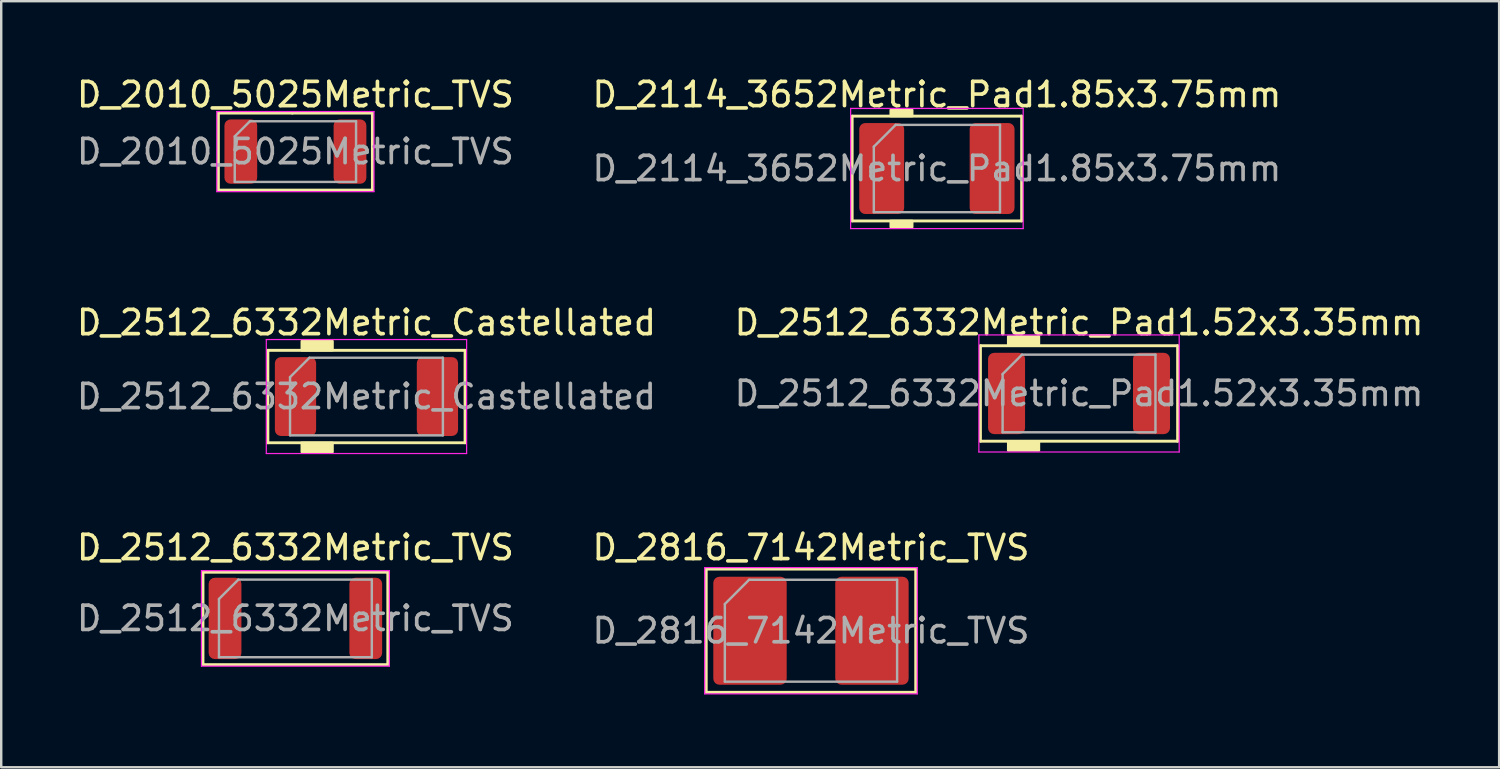
<source format=kicad_pcb>
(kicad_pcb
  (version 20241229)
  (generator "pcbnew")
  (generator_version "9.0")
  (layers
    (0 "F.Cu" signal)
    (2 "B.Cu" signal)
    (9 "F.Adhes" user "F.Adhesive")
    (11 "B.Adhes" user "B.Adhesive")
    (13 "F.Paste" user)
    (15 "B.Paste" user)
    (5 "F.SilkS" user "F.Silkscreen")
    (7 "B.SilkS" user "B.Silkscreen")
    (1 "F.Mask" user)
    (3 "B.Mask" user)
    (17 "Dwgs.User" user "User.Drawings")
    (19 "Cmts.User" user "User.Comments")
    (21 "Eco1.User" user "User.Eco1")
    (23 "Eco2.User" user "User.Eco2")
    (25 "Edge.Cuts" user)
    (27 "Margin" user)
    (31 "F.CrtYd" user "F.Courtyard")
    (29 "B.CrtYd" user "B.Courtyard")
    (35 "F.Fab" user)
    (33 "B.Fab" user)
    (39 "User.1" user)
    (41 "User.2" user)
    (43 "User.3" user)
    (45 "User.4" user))
  (footprint "D_2114_3652Metric_Pad1.85x3.75mm"
    (layer "F.Cu")
    (at 35.565 3.896)
    (property "Reference" "D_2114_3652Metric_Pad1.85x3.75mm" (at 0 -3.048 0) (layer "F.SilkS") (effects (font (size 1 1) (thickness 0.15))))
    (attr smd)
    (fp_line (start -3.493 -2.159) (end -3.493 2.159) (stroke (width 0.12) (type solid)) (layer "F.SilkS"))
    (fp_line (start -3.493 2.159) (end 3.493 2.159) (stroke (width 0.12) (type solid)) (layer "F.SilkS"))
    (fp_line (start 3.493 -2.159) (end -3.493 -2.159) (stroke (width 0.12) (type solid)) (layer "F.SilkS"))
    (fp_line (start 3.493 2.159) (end 3.493 -2.159) (stroke (width 0.12) (type solid)) (layer "F.SilkS"))
    (fp_poly (pts (xy -1.016 -2.159) (xy -1.905 -2.159) (xy -1.905 -2.413) (xy -1.016 -2.413)) (stroke (width 0.1) (type solid)) (fill yes) (layer "F.SilkS"))
    (fp_poly (pts (xy -1.016 2.413) (xy -1.905 2.413) (xy -1.905 2.159) (xy -1.016 2.159)) (stroke (width 0.1) (type solid)) (fill yes) (layer "F.SilkS"))
    (fp_line (start -3.556 -2.477) (end 3.556 -2.477) (stroke (width 0.05) (type solid)) (layer "F.CrtYd"))
    (fp_line (start -3.556 2.477) (end -3.556 -2.477) (stroke (width 0.05) (type solid)) (layer "F.CrtYd"))
    (fp_line (start 3.556 -2.477) (end 3.556 2.477) (stroke (width 0.05) (type solid)) (layer "F.CrtYd"))
    (fp_line (start 3.556 2.477) (end -3.556 2.477) (stroke (width 0.05) (type solid)) (layer "F.CrtYd"))
    (fp_line (start -2.6 -0.9) (end -2.6 1.8) (stroke (width 0.1) (type solid)) (layer "F.Fab"))
    (fp_line (start -2.6 1.8) (end 2.6 1.8) (stroke (width 0.1) (type solid)) (layer "F.Fab"))
    (fp_line (start -1.7 -1.8) (end -2.6 -0.9) (stroke (width 0.1) (type solid)) (layer "F.Fab"))
    (fp_line (start 2.6 -1.8) (end -1.7 -1.8) (stroke (width 0.1) (type solid)) (layer "F.Fab"))
    (fp_line (start 2.6 1.8) (end 2.6 -1.8) (stroke (width 0.1) (type solid)) (layer "F.Fab"))
    (fp_text user "${REFERENCE}" (at 0 0 0) (layer "F.Fab") (effects (font (size 1 1) (thickness 0.15))))
    (pad "1" smd roundrect (at -2.275 0) (size 1.85 3.75) (layers "F.Cu" "F.Mask" "F.Paste") (roundrect_rratio 0.135))
    (pad "2" smd roundrect (at 2.275 0) (size 1.85 3.75) (layers "F.Cu" "F.Mask" "F.Paste") (roundrect_rratio 0.135)))
  (footprint "D_2512_6332Metric_Castellated"
    (layer "F.Cu")
    (at 12.054 13.294)
    (property "Reference" "D_2512_6332Metric_Castellated" (at 0 -3.048 0) (layer "F.SilkS") (effects (font (size 1 1) (thickness 0.15))))
    (attr smd)
    (fp_line (start -4.064 -1.905) (end 4.064 -1.905) (stroke (width 0.12) (type solid)) (layer "F.SilkS"))
    (fp_line (start -4.064 1.905) (end -4.064 -1.905) (stroke (width 0.12) (type solid)) (layer "F.SilkS"))
    (fp_line (start 4.064 -1.905) (end 4.064 1.905) (stroke (width 0.12) (type solid)) (layer "F.SilkS"))
    (fp_line (start 4.064 1.905) (end -4.064 1.905) (stroke (width 0.12) (type solid)) (layer "F.SilkS"))
    (fp_poly (pts (xy -1.397 -1.905) (xy -2.667 -1.905) (xy -2.667 -2.286) (xy -1.397 -2.286)) (stroke (width 0.1) (type solid)) (fill yes) (layer "F.SilkS"))
    (fp_poly (pts (xy -1.397 2.286) (xy -2.667 2.286) (xy -2.667 1.905) (xy -1.397 1.905)) (stroke (width 0.1) (type solid)) (fill yes) (layer "F.SilkS"))
    (fp_line (start -4.128 -2.349) (end 4.128 -2.349) (stroke (width 0.05) (type solid)) (layer "F.CrtYd"))
    (fp_line (start -4.128 2.349) (end -4.128 -2.349) (stroke (width 0.05) (type solid)) (layer "F.CrtYd"))
    (fp_line (start 4.128 -2.349) (end 4.128 2.349) (stroke (width 0.05) (type solid)) (layer "F.CrtYd"))
    (fp_line (start 4.128 2.349) (end -4.128 2.349) (stroke (width 0.05) (type solid)) (layer "F.CrtYd"))
    (fp_line (start -3.15 -0.8) (end -3.15 1.6) (stroke (width 0.1) (type solid)) (layer "F.Fab"))
    (fp_line (start -3.15 1.6) (end 3.15 1.6) (stroke (width 0.1) (type solid)) (layer "F.Fab"))
    (fp_line (start -2.35 -1.6) (end -3.15 -0.8) (stroke (width 0.1) (type solid)) (layer "F.Fab"))
    (fp_line (start 3.15 -1.6) (end -2.35 -1.6) (stroke (width 0.1) (type solid)) (layer "F.Fab"))
    (fp_line (start 3.15 1.6) (end 3.15 -1.6) (stroke (width 0.1) (type solid)) (layer "F.Fab"))
    (fp_text user "${REFERENCE}" (at 0 0 0) (layer "F.Fab") (effects (font (size 1 1) (thickness 0.15))))
    (pad "1" smd roundrect (at -2.925 0) (size 1.7 3.25) (layers "F.Cu" "F.Mask" "F.Paste") (roundrect_rratio 0.147))
    (pad "2" smd roundrect (at 2.925 0) (size 1.7 3.25) (layers "F.Cu" "F.Mask" "F.Paste") (roundrect_rratio 0.147)))
  (footprint "D_2512_6332Metric_Pad1.52x3.35mm"
    (layer "F.Cu")
    (at 41.423 13.167)
    (property "Reference" "D_2512_6332Metric_Pad1.52x3.35mm" (at 0 -2.921 0) (layer "F.SilkS") (effects (font (size 1 1) (thickness 0.15))))
    (attr smd)
    (fp_line (start -4.064 -1.968) (end -4.064 1.968) (stroke (width 0.12) (type solid)) (layer "F.SilkS"))
    (fp_line (start -4.064 1.968) (end 4.064 1.968) (stroke (width 0.12) (type solid)) (layer "F.SilkS"))
    (fp_line (start 4.064 -1.968) (end -4.064 -1.968) (stroke (width 0.12) (type solid)) (layer "F.SilkS"))
    (fp_line (start 4.064 1.968) (end 4.064 -1.968) (stroke (width 0.12) (type solid)) (layer "F.SilkS"))
    (fp_poly (pts (xy -1.651 -1.968) (xy -2.921 -1.968) (xy -2.921 -2.349) (xy -1.651 -2.349)) (stroke (width 0.1) (type solid)) (fill yes) (layer "F.SilkS"))
    (fp_poly (pts (xy -1.651 2.349) (xy -2.921 2.349) (xy -2.921 1.968) (xy -1.651 1.968)) (stroke (width 0.1) (type solid)) (fill yes) (layer "F.SilkS"))
    (fp_line (start -4.128 -2.413) (end 4.128 -2.413) (stroke (width 0.05) (type solid)) (layer "F.CrtYd"))
    (fp_line (start -4.128 2.413) (end -4.128 -2.413) (stroke (width 0.05) (type solid)) (layer "F.CrtYd"))
    (fp_line (start 4.128 -2.413) (end 4.128 2.413) (stroke (width 0.05) (type solid)) (layer "F.CrtYd"))
    (fp_line (start 4.128 2.413) (end -4.128 2.413) (stroke (width 0.05) (type solid)) (layer "F.CrtYd"))
    (fp_line (start -3.15 -0.8) (end -3.15 1.6) (stroke (width 0.1) (type solid)) (layer "F.Fab"))
    (fp_line (start -3.15 1.6) (end 3.15 1.6) (stroke (width 0.1) (type solid)) (layer "F.Fab"))
    (fp_line (start -2.35 -1.6) (end -3.15 -0.8) (stroke (width 0.1) (type solid)) (layer "F.Fab"))
    (fp_line (start 3.15 -1.6) (end -2.35 -1.6) (stroke (width 0.1) (type solid)) (layer "F.Fab"))
    (fp_line (start 3.15 1.6) (end 3.15 -1.6) (stroke (width 0.1) (type solid)) (layer "F.Fab"))
    (fp_text user "${REFERENCE}" (at 0 0 0) (layer "F.Fab") (effects (font (size 1 1) (thickness 0.15))))
    (pad "1" smd roundrect (at -2.987 0) (size 1.525 3.35) (layers "F.Cu" "F.Mask" "F.Paste") (roundrect_rratio 0.164))
    (pad "2" smd roundrect (at 2.987 0) (size 1.525 3.35) (layers "F.Cu" "F.Mask" "F.Paste") (roundrect_rratio 0.164)))
  (footprint "D_2816_7142Metric_TVS"
    (layer "F.Cu")
    (at 30.375 22.946)
    (property "Reference" "D_2816_7142Metric_TVS" (at 0 -3.429 0) (layer "F.SilkS") (effects (font (size 1 1) (thickness 0.15))))
    (attr smd)
    (fp_line (start -4.318 -2.54) (end -4.318 2.54) (stroke (width 0.12) (type solid)) (layer "F.SilkS"))
    (fp_line (start -4.318 2.54) (end 4.318 2.54) (stroke (width 0.12) (type solid)) (layer "F.SilkS"))
    (fp_line (start 4.318 -2.54) (end -4.318 -2.54) (stroke (width 0.12) (type solid)) (layer "F.SilkS"))
    (fp_line (start 4.318 2.54) (end 4.318 -2.54) (stroke (width 0.12) (type solid)) (layer "F.SilkS"))
    (fp_line (start -4.381 -2.603) (end 4.381 -2.603) (stroke (width 0.05) (type solid)) (layer "F.CrtYd"))
    (fp_line (start -4.381 2.603) (end -4.381 -2.603) (stroke (width 0.05) (type solid)) (layer "F.CrtYd"))
    (fp_line (start 4.381 -2.603) (end 4.381 2.603) (stroke (width 0.05) (type solid)) (layer "F.CrtYd"))
    (fp_line (start 4.381 2.603) (end -4.381 2.603) (stroke (width 0.05) (type solid)) (layer "F.CrtYd"))
    (fp_line (start -3.55 -1.1) (end -3.55 2.1) (stroke (width 0.1) (type solid)) (layer "F.Fab"))
    (fp_line (start -3.55 2.1) (end 3.55 2.1) (stroke (width 0.1) (type solid)) (layer "F.Fab"))
    (fp_line (start -2.55 -2.1) (end -3.55 -1.1) (stroke (width 0.1) (type solid)) (layer "F.Fab"))
    (fp_line (start 3.55 -2.1) (end -2.55 -2.1) (stroke (width 0.1) (type solid)) (layer "F.Fab"))
    (fp_line (start 3.55 2.1) (end 3.55 -2.1) (stroke (width 0.1) (type solid)) (layer "F.Fab"))
    (fp_text user "${REFERENCE}" (at 0 0 0) (layer "F.Fab") (effects (font (size 1 1) (thickness 0.15))))
    (pad "1" smd roundrect (at -2.513 0) (size 3.025 4.45) (layers "F.Cu" "F.Mask" "F.Paste") (roundrect_rratio 0.083))
    (pad "2" smd roundrect (at 2.513 0) (size 3.025 4.45) (layers "F.Cu" "F.Mask" "F.Paste") (roundrect_rratio 0.083)))
  (footprint "D_2010_5025Metric_TVS"
    (layer "F.Cu")
    (at 9.125 3.198)
    (property "Reference" "D_2010_5025Metric_TVS" (at 0 -2.349 0) (layer "F.SilkS") (effects (font (size 1 1) (thickness 0.15))))
    (attr smd)
    (fp_line (start -3.175 -1.587) (end -3.175 1.587) (stroke (width 0.12) (type solid)) (layer "F.SilkS"))
    (fp_line (start -3.175 1.587) (end 3.175 1.587) (stroke (width 0.12) (type solid)) (layer "F.SilkS"))
    (fp_line (start -0.127 -1.587) (end -3.175 -1.587) (stroke (width 0.12) (type solid)) (layer "F.SilkS"))
    (fp_line (start 3.175 -1.587) (end -0.127 -1.587) (stroke (width 0.12) (type solid)) (layer "F.SilkS"))
    (fp_line (start 3.175 1.587) (end 3.175 -1.587) (stroke (width 0.12) (type solid)) (layer "F.SilkS"))
    (fp_line (start -3.239 -1.651) (end 3.239 -1.651) (stroke (width 0.05) (type solid)) (layer "F.CrtYd"))
    (fp_line (start -3.239 1.651) (end -3.239 -1.651) (stroke (width 0.05) (type solid)) (layer "F.CrtYd"))
    (fp_line (start 3.239 -1.651) (end 3.239 1.651) (stroke (width 0.05) (type solid)) (layer "F.CrtYd"))
    (fp_line (start 3.239 1.651) (end -3.239 1.651) (stroke (width 0.05) (type solid)) (layer "F.CrtYd"))
    (fp_line (start -2.5 -0.625) (end -2.5 1.25) (stroke (width 0.1) (type solid)) (layer "F.Fab"))
    (fp_line (start -2.5 1.25) (end 2.5 1.25) (stroke (width 0.1) (type solid)) (layer "F.Fab"))
    (fp_line (start -1.875 -1.25) (end -2.5 -0.625) (stroke (width 0.1) (type solid)) (layer "F.Fab"))
    (fp_line (start 2.5 -1.25) (end -1.875 -1.25) (stroke (width 0.1) (type solid)) (layer "F.Fab"))
    (fp_line (start 2.5 1.25) (end 2.5 -1.25) (stroke (width 0.1) (type solid)) (layer "F.Fab"))
    (fp_text user "${REFERENCE}" (at 0 0 0) (layer "F.Fab") (effects (font (size 1 1) (thickness 0.15))))
    (pad "1" smd roundrect (at -2.25 0) (size 1.35 2.65) (layers "F.Cu" "F.Mask" "F.Paste") (roundrect_rratio 0.185))
    (pad "2" smd roundrect (at 2.25 0) (size 1.35 2.65) (layers "F.Cu" "F.Mask" "F.Paste") (roundrect_rratio 0.185)))
  (footprint "D_2512_6332Metric_TVS"
    (layer "F.Cu")
    (at 9.125 22.438)
    (property "Reference" "D_2512_6332Metric_TVS" (at 0 -2.921 0) (layer "F.SilkS") (effects (font (size 1 1) (thickness 0.15))))
    (attr smd)
    (fp_line (start -3.81 -1.905) (end -3.81 1.905) (stroke (width 0.12) (type solid)) (layer "F.SilkS"))
    (fp_line (start -3.81 1.905) (end 3.81 1.905) (stroke (width 0.12) (type solid)) (layer "F.SilkS"))
    (fp_line (start 3.81 -1.905) (end -3.81 -1.905) (stroke (width 0.12) (type solid)) (layer "F.SilkS"))
    (fp_line (start 3.81 1.905) (end 3.81 -1.905) (stroke (width 0.12) (type solid)) (layer "F.SilkS"))
    (fp_line (start -3.873 -1.968) (end 3.873 -1.968) (stroke (width 0.05) (type solid)) (layer "F.CrtYd"))
    (fp_line (start -3.873 1.968) (end -3.873 -1.968) (stroke (width 0.05) (type solid)) (layer "F.CrtYd"))
    (fp_line (start 3.873 -1.968) (end 3.873 1.968) (stroke (width 0.05) (type solid)) (layer "F.CrtYd"))
    (fp_line (start 3.873 1.968) (end -3.873 1.968) (stroke (width 0.05) (type solid)) (layer "F.CrtYd"))
    (fp_line (start -3.15 -0.8) (end -3.15 1.6) (stroke (width 0.1) (type solid)) (layer "F.Fab"))
    (fp_line (start -3.15 1.6) (end 3.15 1.6) (stroke (width 0.1) (type solid)) (layer "F.Fab"))
    (fp_line (start -2.35 -1.6) (end -3.15 -0.8) (stroke (width 0.1) (type solid)) (layer "F.Fab"))
    (fp_line (start 3.15 -1.6) (end -2.35 -1.6) (stroke (width 0.1) (type solid)) (layer "F.Fab"))
    (fp_line (start 3.15 1.6) (end 3.15 -1.6) (stroke (width 0.1) (type solid)) (layer "F.Fab"))
    (fp_text user "${REFERENCE}" (at 0 0 0) (layer "F.Fab") (effects (font (size 1 1) (thickness 0.15))))
    (pad "1" smd roundrect (at -2.9 0) (size 1.35 3.35) (layers "F.Cu" "F.Mask" "F.Paste") (roundrect_rratio 0.185))
    (pad "2" smd roundrect (at 2.9 0) (size 1.35 3.35) (layers "F.Cu" "F.Mask" "F.Paste") (roundrect_rratio 0.185)))
  (gr_rect
    (start -3 -3)
    (end 58.738 28.574)
    (stroke (width 0.1) (type default))
    (fill no)
    (layer "Edge.Cuts")))
</source>
